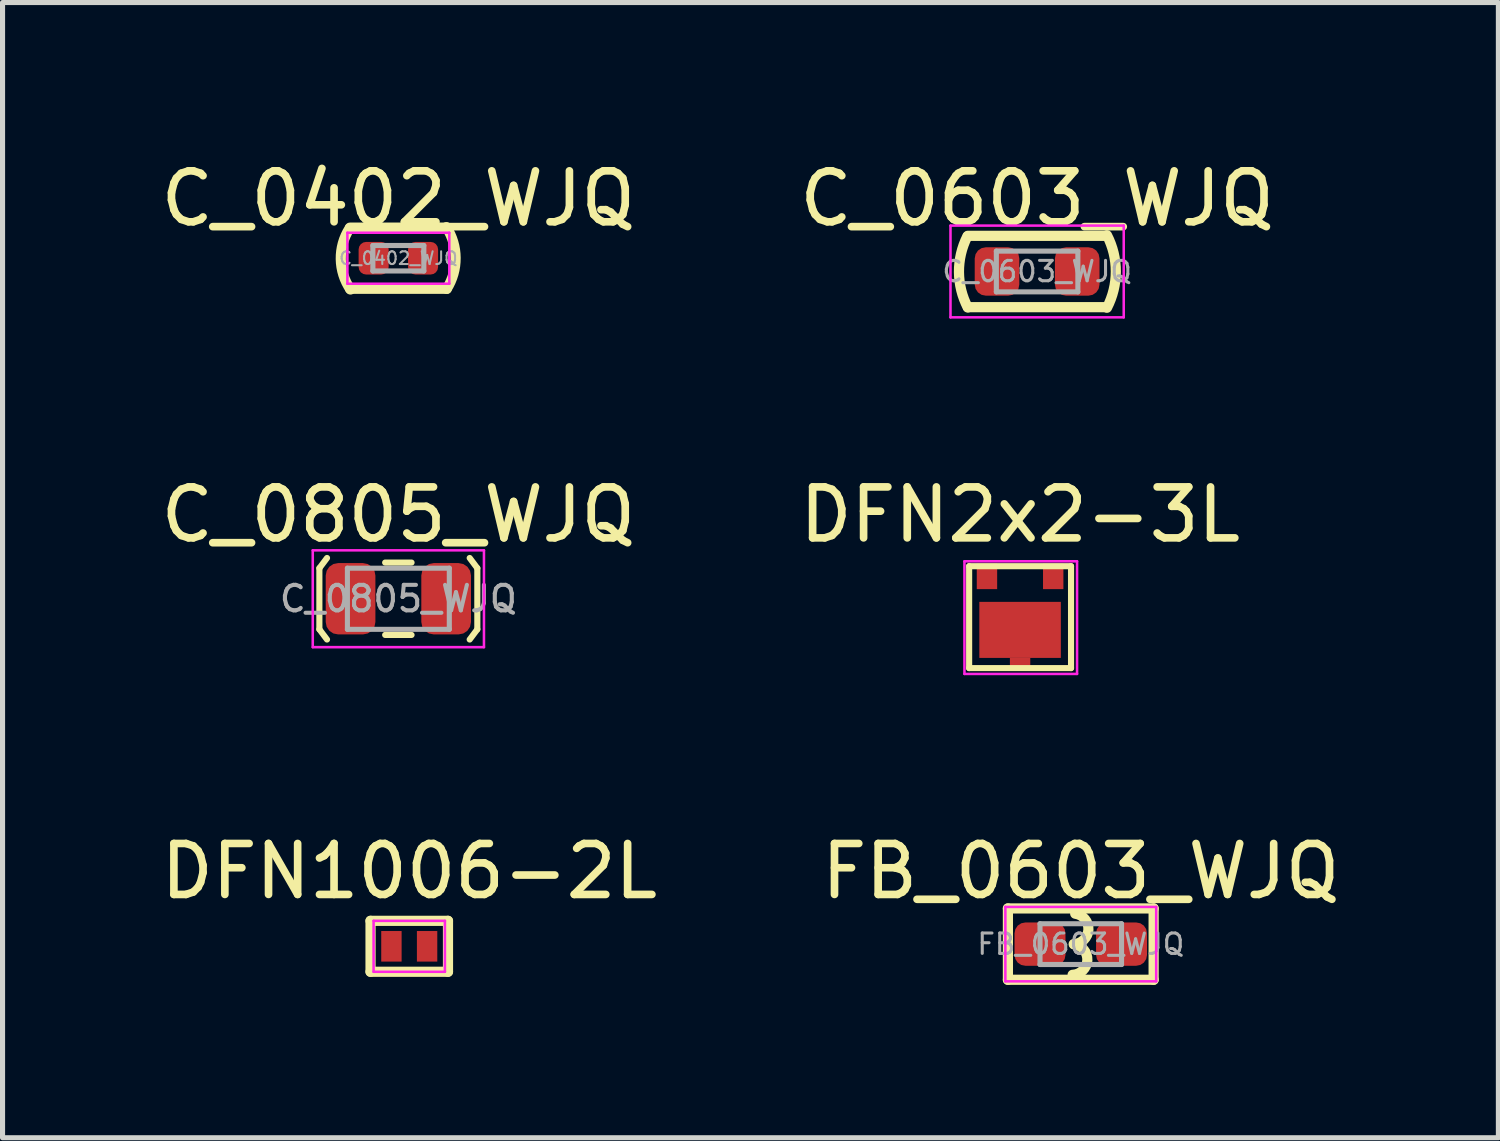
<source format=kicad_pcb>
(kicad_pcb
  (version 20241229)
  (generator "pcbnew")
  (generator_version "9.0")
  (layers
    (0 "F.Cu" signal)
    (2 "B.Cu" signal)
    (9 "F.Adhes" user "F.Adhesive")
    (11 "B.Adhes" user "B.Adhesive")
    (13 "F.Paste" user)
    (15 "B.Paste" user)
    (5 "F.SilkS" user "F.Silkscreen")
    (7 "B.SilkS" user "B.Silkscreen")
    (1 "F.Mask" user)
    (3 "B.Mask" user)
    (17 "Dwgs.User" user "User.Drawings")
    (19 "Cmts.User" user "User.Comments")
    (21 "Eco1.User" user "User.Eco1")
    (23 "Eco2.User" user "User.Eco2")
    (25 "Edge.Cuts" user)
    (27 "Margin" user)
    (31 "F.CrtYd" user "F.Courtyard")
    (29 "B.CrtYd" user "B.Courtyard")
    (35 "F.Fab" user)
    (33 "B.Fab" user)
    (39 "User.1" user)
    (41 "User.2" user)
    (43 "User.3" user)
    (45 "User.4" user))
  (footprint "C_0805_WJQ"
    (layer "F.Cu")
    (at 4.768 8.701)
    (property "Reference" "C_0805_WJQ" (at 0 -1.65 0) (layer "F.SilkS") (effects (font (size 1 1) (thickness 0.15))))
    (attr smd)
    (fp_line (start -1.55 -0.6) (end -1.55 0.6) (stroke (width 0.12) (type solid)) (layer "F.SilkS"))
    (fp_line (start -1.55 0.6) (end -1.4 0.8) (stroke (width 0.12) (type solid)) (layer "F.SilkS"))
    (fp_line (start -1.4 -0.8) (end -1.55 -0.6) (stroke (width 0.12) (type solid)) (layer "F.SilkS"))
    (fp_line (start -0.259 -0.71) (end 0.259 -0.71) (stroke (width 0.12) (type solid)) (layer "F.SilkS"))
    (fp_line (start -0.259 0.71) (end 0.259 0.71) (stroke (width 0.12) (type solid)) (layer "F.SilkS"))
    (fp_line (start 1.4 -0.8) (end 1.55 -0.6) (stroke (width 0.12) (type solid)) (layer "F.SilkS"))
    (fp_line (start 1.55 -0.6) (end 1.55 0.6) (stroke (width 0.12) (type solid)) (layer "F.SilkS"))
    (fp_line (start 1.55 0.6) (end 1.4 0.8) (stroke (width 0.12) (type solid)) (layer "F.SilkS"))
    (fp_line (start -1.68 -0.95) (end 1.68 -0.95) (stroke (width 0.05) (type solid)) (layer "F.CrtYd"))
    (fp_line (start -1.68 0.95) (end -1.68 -0.95) (stroke (width 0.05) (type solid)) (layer "F.CrtYd"))
    (fp_line (start 1.68 -0.95) (end 1.68 0.95) (stroke (width 0.05) (type solid)) (layer "F.CrtYd"))
    (fp_line (start 1.68 0.95) (end -1.68 0.95) (stroke (width 0.05) (type solid)) (layer "F.CrtYd"))
    (fp_line (start -1 -0.6) (end 1 -0.6) (stroke (width 0.1) (type solid)) (layer "F.Fab"))
    (fp_line (start -1 0.6) (end -1 -0.6) (stroke (width 0.1) (type solid)) (layer "F.Fab"))
    (fp_line (start 1 -0.6) (end 1 0.6) (stroke (width 0.1) (type solid)) (layer "F.Fab"))
    (fp_line (start 1 0.6) (end -1 0.6) (stroke (width 0.1) (type solid)) (layer "F.Fab"))
    (fp_text user "${REFERENCE}" (at 0 0 0) (layer "F.Fab") (effects (font (size 0.5 0.5) (thickness 0.08))))
    (pad "1" smd roundrect (at -0.938 0) (size 0.975 1.4) (layers "F.Cu" "F.Mask" "F.Paste") (roundrect_rratio 0.25))
    (pad "2" smd roundrect (at 0.938 0) (size 0.975 1.4) (layers "F.Cu" "F.Mask" "F.Paste") (roundrect_rratio 0.25)))
  (footprint "C_0402_WJQ"
    (layer "F.Cu")
    (at 4.768 2.018)
    (property "Reference" "C_0402_WJQ" (at 0 -1.17 0) (layer "F.SilkS") (effects (font (size 1 1) (thickness 0.15))))
    (attr smd)
    (fp_line (start -0.95 -0.6) (end 0.95 -0.6) (stroke (width 0.2) (type solid)) (layer "F.SilkS"))
    (fp_line (start -0.95 0.6) (end 0.95 0.6) (stroke (width 0.2) (type solid)) (layer "F.SilkS"))
    (fp_arc (start -0.9398 0.613444) (mid -1.129703 0.017535) (end -0.959157 -0.584199) (stroke (width 0.2) (type solid)) (layer "F.SilkS"))
    (fp_arc (start 0.943145 -0.6096) (mid 1.123591 -0.005244) (end 0.949999 0.601116) (stroke (width 0.2) (type solid)) (layer "F.SilkS"))
    (fp_line (start -1 -0.5) (end 1 -0.5) (stroke (width 0.05) (type solid)) (layer "F.CrtYd"))
    (fp_line (start -1 0.5) (end -1 -0.5) (stroke (width 0.05) (type solid)) (layer "F.CrtYd"))
    (fp_line (start 1 -0.5) (end 1 0.5) (stroke (width 0.05) (type solid)) (layer "F.CrtYd"))
    (fp_line (start 1 0.5) (end -1 0.5) (stroke (width 0.05) (type solid)) (layer "F.CrtYd"))
    (fp_line (start -0.5 -0.25) (end 0.5 -0.25) (stroke (width 0.1) (type solid)) (layer "F.Fab"))
    (fp_line (start -0.5 0.25) (end -0.5 -0.25) (stroke (width 0.1) (type solid)) (layer "F.Fab"))
    (fp_line (start 0.5 -0.25) (end 0.5 0.25) (stroke (width 0.1) (type solid)) (layer "F.Fab"))
    (fp_line (start 0.5 0.25) (end -0.5 0.25) (stroke (width 0.1) (type solid)) (layer "F.Fab"))
    (fp_text user "${REFERENCE}" (at 0 0 0) (layer "F.Fab") (effects (font (size 0.25 0.25) (thickness 0.04))))
    (pad "1" smd roundrect (at -0.485 0) (size 0.59 0.64) (layers "F.Cu" "F.Mask" "F.Paste") (roundrect_rratio 0.25))
    (pad "2" smd roundrect (at 0.485 0) (size 0.59 0.64) (layers "F.Cu" "F.Mask" "F.Paste") (roundrect_rratio 0.25)))
  (footprint "DFN1006-2L"
    (layer "F.Cu")
    (at 4.982 15.522)
    (property "Reference" "DFN1006-2L" (at 0 -1.473 0) (layer "F.SilkS") (effects (font (size 1 1) (thickness 0.15))))
    (attr through_hole)
    (fp_line (start -0.76 -0.5) (end -0.76 0.5) (stroke (width 0.2) (type solid)) (layer "F.SilkS"))
    (fp_line (start -0.76 0.5) (end 0.76 0.5) (stroke (width 0.2) (type solid)) (layer "F.SilkS"))
    (fp_line (start 0.76 -0.5) (end -0.76 -0.5) (stroke (width 0.2) (type solid)) (layer "F.SilkS"))
    (fp_line (start 0.76 0.5) (end 0.76 -0.5) (stroke (width 0.2) (type solid)) (layer "F.SilkS"))
    (fp_line (start -0.7 -0.5) (end -0.7 0.5) (stroke (width 0.05) (type solid)) (layer "F.CrtYd"))
    (fp_line (start -0.7 0.5) (end 0.7 0.5) (stroke (width 0.05) (type solid)) (layer "F.CrtYd"))
    (fp_line (start 0.7 -0.5) (end -0.7 -0.5) (stroke (width 0.05) (type solid)) (layer "F.CrtYd"))
    (fp_line (start 0.7 0.5) (end 0.7 -0.5) (stroke (width 0.05) (type solid)) (layer "F.CrtYd"))
    (pad "1" smd custom (at -0.35 0) (size 0.4 0.6) (layers "F.Cu" "F.Mask" "F.Paste") (options (anchor rect)) (primitives))
    (pad "2" smd custom (at 0.35 0) (size 0.4 0.6) (layers "F.Cu" "F.Mask" "F.Paste") (options (anchor rect)) (primitives)))
  (footprint "C_0603_WJQ"
    (layer "F.Cu")
    (at 17.304 2.278)
    (property "Reference" "C_0603_WJQ" (at 0 -1.43 0) (layer "F.SilkS") (effects (font (size 1 1) (thickness 0.15))))
    (attr smd)
    (fp_line (start -1.36 -0.7) (end 1.36 -0.7) (stroke (width 0.2) (type solid)) (layer "F.SilkS"))
    (fp_line (start -1.36 0.7) (end 1.36 0.7) (stroke (width 0.2) (type solid)) (layer "F.SilkS"))
    (fp_arc (start -1.361029 0.706544) (mid -1.53345 0.011641) (end -1.371599 -0.685799) (stroke (width 0.2) (type solid)) (layer "F.SilkS"))
    (fp_arc (start 1.371787 -0.710837) (mid 1.545021 0.000204) (end 1.371599 0.711199) (stroke (width 0.2) (type solid)) (layer "F.SilkS"))
    (fp_line (start -1.7 -0.9) (end 1.7 -0.9) (stroke (width 0.05) (type solid)) (layer "F.CrtYd"))
    (fp_line (start -1.7 0.9) (end -1.7 -0.9) (stroke (width 0.05) (type solid)) (layer "F.CrtYd"))
    (fp_line (start 1.7 -0.9) (end 1.7 0.9) (stroke (width 0.05) (type solid)) (layer "F.CrtYd"))
    (fp_line (start 1.7 0.9) (end -1.7 0.9) (stroke (width 0.05) (type solid)) (layer "F.CrtYd"))
    (fp_line (start -0.8 -0.4) (end 0.8 -0.4) (stroke (width 0.1) (type solid)) (layer "F.Fab"))
    (fp_line (start -0.8 0.4) (end -0.8 -0.4) (stroke (width 0.1) (type solid)) (layer "F.Fab"))
    (fp_line (start 0.8 -0.4) (end 0.8 0.4) (stroke (width 0.1) (type solid)) (layer "F.Fab"))
    (fp_line (start 0.8 0.4) (end -0.8 0.4) (stroke (width 0.1) (type solid)) (layer "F.Fab"))
    (fp_text user "${REFERENCE}" (at 0 0 0) (layer "F.Fab") (effects (font (size 0.4 0.4) (thickness 0.06))))
    (pad "1" smd roundrect (at -0.787 0) (size 0.875 0.95) (layers "F.Cu" "F.Mask" "F.Paste") (roundrect_rratio 0.25))
    (pad "2" smd roundrect (at 0.787 0) (size 0.875 0.95) (layers "F.Cu" "F.Mask" "F.Paste") (roundrect_rratio 0.25)))
  (footprint "DFN2x2-3L"
    (layer "F.Cu")
    (at 16.97 9.312)
    (property "Reference" "DFN2x2-3L" (at 0 -2.261 0) (layer "F.SilkS") (effects (font (size 1 1) (thickness 0.15))))
    (attr through_hole)
    (fp_line (start -1 -1.25) (end -1 0.75) (stroke (width 0.12) (type solid)) (layer "F.SilkS"))
    (fp_line (start -1 -1.25) (end 1 -1.25) (stroke (width 0.12) (type solid)) (layer "F.SilkS"))
    (fp_line (start -1 0.75) (end 1 0.75) (stroke (width 0.12) (type solid)) (layer "F.SilkS"))
    (fp_line (start 1 0.75) (end 1 -1.25) (stroke (width 0.12) (type solid)) (layer "F.SilkS"))
    (fp_line (start -1.092 -1.346) (end -1.092 0.864) (stroke (width 0.05) (type solid)) (layer "F.CrtYd"))
    (fp_line (start -1.092 0.864) (end 1.118 0.864) (stroke (width 0.05) (type solid)) (layer "F.CrtYd"))
    (fp_line (start 1.118 -1.346) (end -1.092 -1.346) (stroke (width 0.05) (type solid)) (layer "F.CrtYd"))
    (fp_line (start 1.118 0.864) (end 1.118 -1.346) (stroke (width 0.05) (type solid)) (layer "F.CrtYd"))
    (pad "1" smd rect (at 0.65 -1.05) (size 0.4 0.5) (layers "F.Cu" "F.Mask" "F.Paste"))
    (pad "2" smd rect (at -0.65 -1.05) (size 0.4 0.5) (layers "F.Cu" "F.Mask" "F.Paste"))
    (pad "3" smd rect (at 0 0) (size 1.6 1.1) (layers "F.Cu" "F.Mask" "F.Paste"))
    (pad "3" smd rect (at 0 0.675) (size 0.4 0.25) (layers "F.Cu" "F.Mask" "F.Paste")))
  (footprint "FB_0603_WJQ"
    (layer "F.Cu")
    (at 18.161 15.479)
    (property "Reference" "FB_0603_WJQ" (at 0 -1.43 0) (layer "F.SilkS") (effects (font (size 1 1) (thickness 0.15))))
    (attr smd)
    (fp_line (start -1.43 -0.7) (end 1.43 -0.7) (stroke (width 0.2) (type solid)) (layer "F.SilkS"))
    (fp_line (start -1.43 0.7) (end -1.43 -0.7) (stroke (width 0.2) (type solid)) (layer "F.SilkS"))
    (fp_line (start 1.43 -0.7) (end 1.43 0.7) (stroke (width 0.2) (type solid)) (layer "F.SilkS"))
    (fp_line (start 1.43 0.7) (end -1.43 0.7) (stroke (width 0.2) (type solid)) (layer "F.SilkS"))
    (fp_arc (start -0.129693 0.005075) (mid 0.129326 0.317439) (end -0.16002 0.60194) (stroke (width 0.2) (type solid)) (layer "F.SilkS"))
    (fp_arc (start -0.10922 -0.5969) (mid 0.149799 -0.284536) (end -0.139547 -0.000035) (stroke (width 0.2) (type solid)) (layer "F.SilkS"))
    (fp_line (start -1.48 -0.73) (end 1.48 -0.73) (stroke (width 0.05) (type solid)) (layer "F.CrtYd"))
    (fp_line (start -1.48 0.73) (end -1.48 -0.73) (stroke (width 0.05) (type solid)) (layer "F.CrtYd"))
    (fp_line (start 1.48 -0.73) (end 1.48 0.73) (stroke (width 0.05) (type solid)) (layer "F.CrtYd"))
    (fp_line (start 1.48 0.73) (end -1.48 0.73) (stroke (width 0.05) (type solid)) (layer "F.CrtYd"))
    (fp_line (start -0.8 -0.4) (end 0.8 -0.4) (stroke (width 0.1) (type solid)) (layer "F.Fab"))
    (fp_line (start -0.8 0.4) (end -0.8 -0.4) (stroke (width 0.1) (type solid)) (layer "F.Fab"))
    (fp_line (start 0.8 -0.4) (end 0.8 0.4) (stroke (width 0.1) (type solid)) (layer "F.Fab"))
    (fp_line (start 0.8 0.4) (end -0.8 0.4) (stroke (width 0.1) (type solid)) (layer "F.Fab"))
    (fp_text user "${REFERENCE}" (at 0 0 0) (layer "F.Fab") (effects (font (size 0.4 0.4) (thickness 0.06))))
    (pad "1" smd roundrect (at -0.8 0) (size 1 0.85) (layers "F.Cu" "F.Mask" "F.Paste") (roundrect_rratio 0.25))
    (pad "2" smd roundrect (at 0.8 0) (size 1 0.85) (layers "F.Cu" "F.Mask" "F.Paste") (roundrect_rratio 0.25)))
  (gr_rect
    (start -3 -3)
    (end 26.357 19.279)
    (stroke (width 0.1) (type default))
    (fill no)
    (layer "Edge.Cuts")))
</source>
